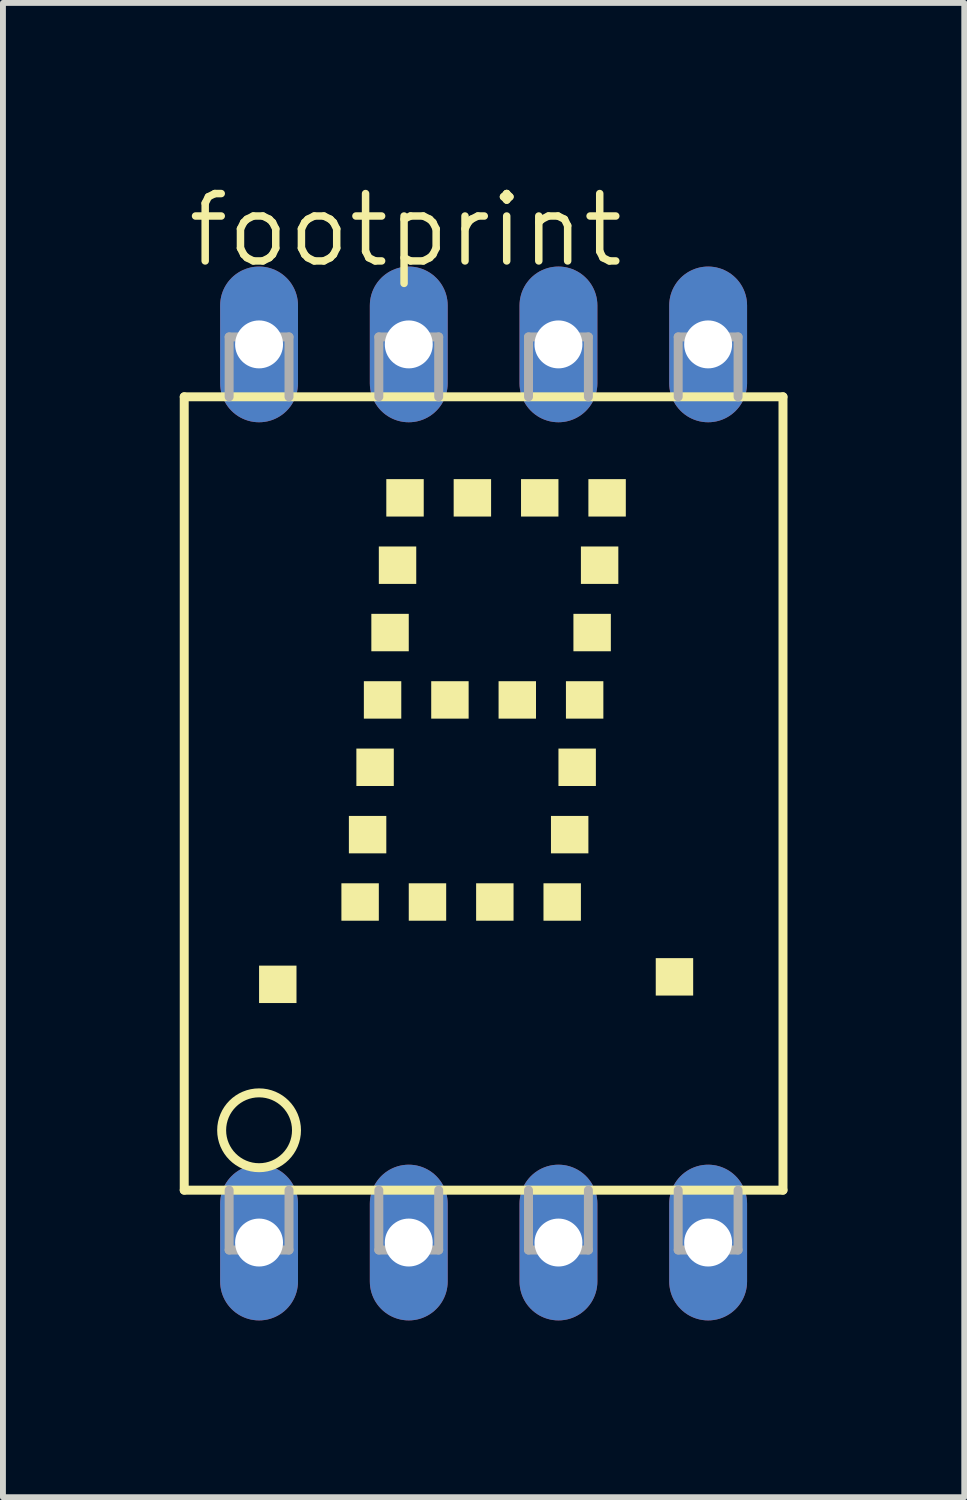
<source format=kicad_pcb>
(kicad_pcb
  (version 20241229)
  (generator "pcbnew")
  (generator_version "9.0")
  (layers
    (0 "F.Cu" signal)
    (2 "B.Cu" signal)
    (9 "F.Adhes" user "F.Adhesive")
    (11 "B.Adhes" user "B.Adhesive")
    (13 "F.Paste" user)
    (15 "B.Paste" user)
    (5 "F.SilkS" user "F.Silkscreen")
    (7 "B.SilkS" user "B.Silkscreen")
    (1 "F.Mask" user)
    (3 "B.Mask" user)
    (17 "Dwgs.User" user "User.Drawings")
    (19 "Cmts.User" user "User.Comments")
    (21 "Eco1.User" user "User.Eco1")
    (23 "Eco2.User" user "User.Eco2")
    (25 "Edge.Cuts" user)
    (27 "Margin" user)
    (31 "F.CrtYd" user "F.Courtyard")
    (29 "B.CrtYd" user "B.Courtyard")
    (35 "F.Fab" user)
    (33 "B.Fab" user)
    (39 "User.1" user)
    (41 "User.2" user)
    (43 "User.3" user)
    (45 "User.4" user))
  (footprint "footprint"
    (layer "F.Cu")
    (at 5.156 10.414)
    (property "Reference" "footprint" (at -5.08 -8.89 0) (layer "F.SilkS") (effects (font (size 1.143 1.143) (thickness 0.127)) (justify left bottom)))
    (fp_line (start -5.08 6.731) (end -5.08 -6.731) (stroke (width 0.152) (type solid)) (layer "F.SilkS"))
    (fp_line (start -5.08 6.731) (end 5.08 6.731) (stroke (width 0.152) (type solid)) (layer "F.SilkS"))
    (fp_line (start 5.08 -6.731) (end -5.08 -6.731) (stroke (width 0.152) (type solid)) (layer "F.SilkS"))
    (fp_line (start 5.08 -6.731) (end 5.08 6.731) (stroke (width 0.152) (type solid)) (layer "F.SilkS"))
    (fp_circle (center -3.81 5.715) (end -3.175 5.715) (stroke (width 0.152) (type solid)) (fill no) (layer "F.SilkS"))
    (fp_poly (pts (xy -3.81 3.556) (xy -3.175 3.556) (xy -3.175 2.921) (xy -3.81 2.921)) (stroke (width 0) (type solid)) (fill yes) (layer "F.SilkS"))
    (fp_poly (pts (xy -2.413 2.159) (xy -1.778 2.159) (xy -1.778 1.524) (xy -2.413 1.524)) (stroke (width 0) (type solid)) (fill yes) (layer "F.SilkS"))
    (fp_poly (pts (xy -2.286 1.016) (xy -1.651 1.016) (xy -1.651 0.381) (xy -2.286 0.381)) (stroke (width 0) (type solid)) (fill yes) (layer "F.SilkS"))
    (fp_poly (pts (xy -2.159 -0.127) (xy -1.524 -0.127) (xy -1.524 -0.762) (xy -2.159 -0.762)) (stroke (width 0) (type solid)) (fill yes) (layer "F.SilkS"))
    (fp_poly (pts (xy -2.032 -1.27) (xy -1.397 -1.27) (xy -1.397 -1.905) (xy -2.032 -1.905)) (stroke (width 0) (type solid)) (fill yes) (layer "F.SilkS"))
    (fp_poly (pts (xy -1.905 -2.413) (xy -1.27 -2.413) (xy -1.27 -3.048) (xy -1.905 -3.048)) (stroke (width 0) (type solid)) (fill yes) (layer "F.SilkS"))
    (fp_poly (pts (xy -1.778 -3.556) (xy -1.143 -3.556) (xy -1.143 -4.191) (xy -1.778 -4.191)) (stroke (width 0) (type solid)) (fill yes) (layer "F.SilkS"))
    (fp_poly (pts (xy -1.651 -4.699) (xy -1.016 -4.699) (xy -1.016 -5.334) (xy -1.651 -5.334)) (stroke (width 0) (type solid)) (fill yes) (layer "F.SilkS"))
    (fp_poly (pts (xy -1.27 2.159) (xy -0.635 2.159) (xy -0.635 1.524) (xy -1.27 1.524)) (stroke (width 0) (type solid)) (fill yes) (layer "F.SilkS"))
    (fp_poly (pts (xy -0.889 -1.27) (xy -0.254 -1.27) (xy -0.254 -1.905) (xy -0.889 -1.905)) (stroke (width 0) (type solid)) (fill yes) (layer "F.SilkS"))
    (fp_poly (pts (xy -0.508 -4.699) (xy 0.127 -4.699) (xy 0.127 -5.334) (xy -0.508 -5.334)) (stroke (width 0) (type solid)) (fill yes) (layer "F.SilkS"))
    (fp_poly (pts (xy -0.127 2.159) (xy 0.508 2.159) (xy 0.508 1.524) (xy -0.127 1.524)) (stroke (width 0) (type solid)) (fill yes) (layer "F.SilkS"))
    (fp_poly (pts (xy 0.254 -1.27) (xy 0.889 -1.27) (xy 0.889 -1.905) (xy 0.254 -1.905)) (stroke (width 0) (type solid)) (fill yes) (layer "F.SilkS"))
    (fp_poly (pts (xy 0.635 -4.699) (xy 1.27 -4.699) (xy 1.27 -5.334) (xy 0.635 -5.334)) (stroke (width 0) (type solid)) (fill yes) (layer "F.SilkS"))
    (fp_poly (pts (xy 1.016 2.159) (xy 1.651 2.159) (xy 1.651 1.524) (xy 1.016 1.524)) (stroke (width 0) (type solid)) (fill yes) (layer "F.SilkS"))
    (fp_poly (pts (xy 1.143 1.016) (xy 1.778 1.016) (xy 1.778 0.381) (xy 1.143 0.381)) (stroke (width 0) (type solid)) (fill yes) (layer "F.SilkS"))
    (fp_poly (pts (xy 1.27 -0.127) (xy 1.905 -0.127) (xy 1.905 -0.762) (xy 1.27 -0.762)) (stroke (width 0) (type solid)) (fill yes) (layer "F.SilkS"))
    (fp_poly (pts (xy 1.397 -1.27) (xy 2.032 -1.27) (xy 2.032 -1.905) (xy 1.397 -1.905)) (stroke (width 0) (type solid)) (fill yes) (layer "F.SilkS"))
    (fp_poly (pts (xy 1.524 -2.413) (xy 2.159 -2.413) (xy 2.159 -3.048) (xy 1.524 -3.048)) (stroke (width 0) (type solid)) (fill yes) (layer "F.SilkS"))
    (fp_poly (pts (xy 1.651 -3.556) (xy 2.286 -3.556) (xy 2.286 -4.191) (xy 1.651 -4.191)) (stroke (width 0) (type solid)) (fill yes) (layer "F.SilkS"))
    (fp_poly (pts (xy 1.778 -4.699) (xy 2.413 -4.699) (xy 2.413 -5.334) (xy 1.778 -5.334)) (stroke (width 0) (type solid)) (fill yes) (layer "F.SilkS"))
    (fp_poly (pts (xy 2.921 3.429) (xy 3.556 3.429) (xy 3.556 2.794) (xy 2.921 2.794)) (stroke (width 0) (type solid)) (fill yes) (layer "F.SilkS"))
    (fp_line (start -4.318 -7.747) (end -4.318 -6.731) (stroke (width 0.152) (type solid)) (layer "F.Fab"))
    (fp_line (start -4.318 -7.747) (end -3.302 -7.747) (stroke (width 0.152) (type solid)) (layer "F.Fab"))
    (fp_line (start -4.318 6.731) (end -4.318 7.747) (stroke (width 0.152) (type solid)) (layer "F.Fab"))
    (fp_line (start -4.318 7.747) (end -3.302 7.747) (stroke (width 0.152) (type solid)) (layer "F.Fab"))
    (fp_line (start -3.302 -7.747) (end -3.302 -6.731) (stroke (width 0.152) (type solid)) (layer "F.Fab"))
    (fp_line (start -3.302 6.731) (end -3.302 7.747) (stroke (width 0.152) (type solid)) (layer "F.Fab"))
    (fp_line (start -1.778 -7.747) (end -1.778 -6.731) (stroke (width 0.152) (type solid)) (layer "F.Fab"))
    (fp_line (start -1.778 -7.747) (end -0.762 -7.747) (stroke (width 0.152) (type solid)) (layer "F.Fab"))
    (fp_line (start -1.778 6.731) (end -1.778 7.747) (stroke (width 0.152) (type solid)) (layer "F.Fab"))
    (fp_line (start -1.778 7.747) (end -0.762 7.747) (stroke (width 0.152) (type solid)) (layer "F.Fab"))
    (fp_line (start -0.762 -7.747) (end -0.762 -6.731) (stroke (width 0.152) (type solid)) (layer "F.Fab"))
    (fp_line (start -0.762 6.731) (end -0.762 7.747) (stroke (width 0.152) (type solid)) (layer "F.Fab"))
    (fp_line (start 0.762 -7.747) (end 0.762 -6.731) (stroke (width 0.152) (type solid)) (layer "F.Fab"))
    (fp_line (start 0.762 -7.747) (end 1.778 -7.747) (stroke (width 0.152) (type solid)) (layer "F.Fab"))
    (fp_line (start 0.762 6.731) (end 0.762 7.747) (stroke (width 0.152) (type solid)) (layer "F.Fab"))
    (fp_line (start 0.762 7.747) (end 1.778 7.747) (stroke (width 0.152) (type solid)) (layer "F.Fab"))
    (fp_line (start 1.778 -7.747) (end 1.778 -6.731) (stroke (width 0.152) (type solid)) (layer "F.Fab"))
    (fp_line (start 1.778 6.731) (end 1.778 7.747) (stroke (width 0.152) (type solid)) (layer "F.Fab"))
    (fp_line (start 3.302 -7.747) (end 3.302 -6.731) (stroke (width 0.152) (type solid)) (layer "F.Fab"))
    (fp_line (start 3.302 -7.747) (end 4.318 -7.747) (stroke (width 0.152) (type solid)) (layer "F.Fab"))
    (fp_line (start 3.302 6.731) (end 3.302 7.747) (stroke (width 0.152) (type solid)) (layer "F.Fab"))
    (fp_line (start 3.302 7.747) (end 4.318 7.747) (stroke (width 0.152) (type solid)) (layer "F.Fab"))
    (fp_line (start 4.318 -7.747) (end 4.318 -6.731) (stroke (width 0.152) (type solid)) (layer "F.Fab"))
    (fp_line (start 4.318 6.731) (end 4.318 7.747) (stroke (width 0.152) (type solid)) (layer "F.Fab"))
    (pad "1" thru_hole oval (at -3.81 7.62 90) (size 2.642 1.321) (drill 0.813) (layers "*.Cu" "*.Mask"))
    (pad "2" thru_hole oval (at -1.27 7.62 90) (size 2.642 1.321) (drill 0.813) (layers "*.Cu" "*.Mask"))
    (pad "3" thru_hole oval (at 1.27 7.62 90) (size 2.642 1.321) (drill 0.813) (layers "*.Cu" "*.Mask"))
    (pad "4" thru_hole oval (at 3.81 7.62 90) (size 2.642 1.321) (drill 0.813) (layers "*.Cu" "*.Mask"))
    (pad "5" thru_hole oval (at 3.81 -7.62 90) (size 2.642 1.321) (drill 0.813) (layers "*.Cu" "*.Mask"))
    (pad "6" thru_hole oval (at 1.27 -7.62 90) (size 2.642 1.321) (drill 0.813) (layers "*.Cu" "*.Mask"))
    (pad "7" thru_hole oval (at -1.27 -7.62 90) (size 2.642 1.321) (drill 0.813) (layers "*.Cu" "*.Mask"))
    (pad "8" thru_hole oval (at -3.81 -7.62 90) (size 2.642 1.321) (drill 0.813) (layers "*.Cu" "*.Mask")))
  (gr_rect
    (start -3 -3)
    (end 13.312 22.355)
    (stroke (width 0.1) (type default))
    (fill no)
    (layer "Edge.Cuts")))
</source>
